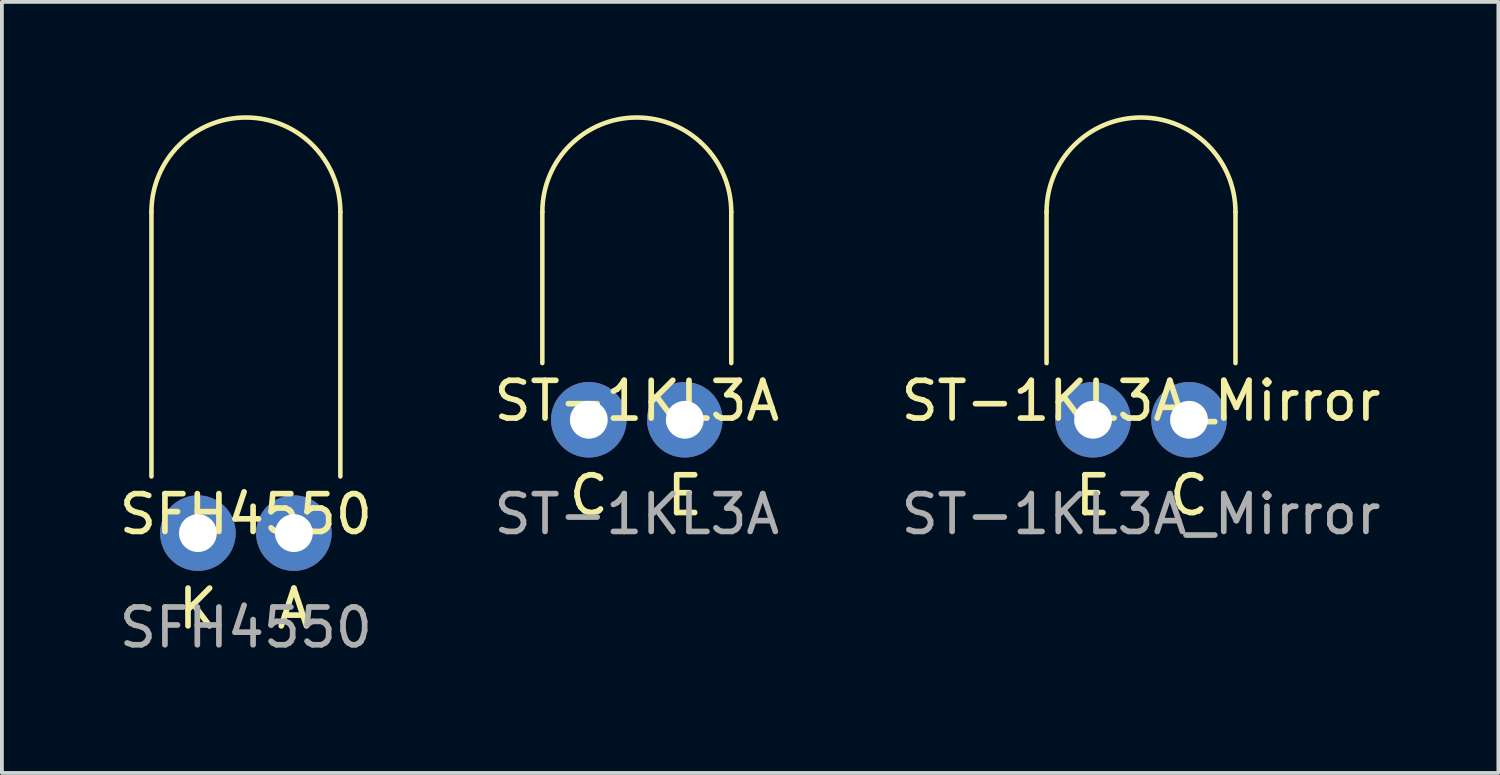
<source format=kicad_pcb>
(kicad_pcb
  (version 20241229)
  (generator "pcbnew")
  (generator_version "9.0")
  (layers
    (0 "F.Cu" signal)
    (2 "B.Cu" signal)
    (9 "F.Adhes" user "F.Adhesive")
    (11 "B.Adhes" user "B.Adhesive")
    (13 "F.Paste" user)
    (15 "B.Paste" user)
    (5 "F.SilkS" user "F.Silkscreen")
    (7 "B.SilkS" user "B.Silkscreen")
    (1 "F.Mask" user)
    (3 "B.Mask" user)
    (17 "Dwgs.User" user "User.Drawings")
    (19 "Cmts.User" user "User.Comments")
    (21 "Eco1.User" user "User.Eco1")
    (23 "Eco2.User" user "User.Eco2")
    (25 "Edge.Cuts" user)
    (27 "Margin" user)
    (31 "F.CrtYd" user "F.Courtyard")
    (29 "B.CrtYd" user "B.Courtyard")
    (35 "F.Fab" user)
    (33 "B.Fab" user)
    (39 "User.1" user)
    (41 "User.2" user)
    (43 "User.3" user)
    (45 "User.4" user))
  (footprint "SFH4550"
    (layer "F.Cu")
    (at 3.458 11.06)
    (property "Reference" "SFH4550" (at 0 -0.5 0) (unlocked yes) (layer "F.SilkS") (effects (font (size 1 1) (thickness 0.15))))
    (attr smd)
    (fp_line (start -2.5 -1.5) (end -2.5 -8.5) (stroke (width 0.12) (type default)) (layer "F.SilkS"))
    (fp_line (start 2.5 -8.5) (end 2.5 -1.5) (stroke (width 0.12) (type default)) (layer "F.SilkS"))
    (fp_arc (start -2.5 -8.5) (mid 0 -11) (end 2.5 -8.5) (stroke (width 0.12) (type default)) (layer "F.SilkS"))
    (fp_text user "K" (at -1.27 2 0) (unlocked yes) (layer "F.SilkS") (effects (font (size 1 1) (thickness 0.15))))
    (fp_text user "A" (at 1.27 2 0) (unlocked yes) (layer "F.SilkS") (effects (font (size 1 1) (thickness 0.15))))
    (fp_text user "${REFERENCE}" (at 0 2.5 0) (unlocked yes) (layer "F.Fab") (effects (font (size 1 1) (thickness 0.15))))
    (pad "1" thru_hole circle (at -1.27 0) (size 2 2) (drill 1) (layers "*.Cu" "*.Mask"))
    (pad "2" thru_hole circle (at 1.27 0) (size 2 2) (drill 1) (layers "*.Cu" "*.Mask")))
  (footprint "ST-1KL3A_Mirror"
    (layer "F.Cu")
    (at 27.149 11.06)
    (property "Reference" "ST-1KL3A_Mirror" (at 0 -3.5 0) (unlocked yes) (layer "F.SilkS") (effects (font (size 1 1) (thickness 0.15))))
    (attr smd)
    (fp_line (start -2.5 -4.5) (end -2.5 -8.5) (stroke (width 0.12) (type default)) (layer "F.SilkS"))
    (fp_line (start 2.5 -4.5) (end 2.5 -8.5) (stroke (width 0.12) (type default)) (layer "F.SilkS"))
    (fp_arc (start -2.5 -8.5) (mid 0 -11) (end 2.5 -8.5) (stroke (width 0.12) (type default)) (layer "F.SilkS"))
    (fp_text user "C" (at 1.27 -1 0) (unlocked yes) (layer "F.SilkS") (effects (font (size 1 1) (thickness 0.15))))
    (fp_text user "E" (at -1.27 -1 0) (unlocked yes) (layer "F.SilkS") (effects (font (size 1 1) (thickness 0.15))))
    (fp_text user "${REFERENCE}" (at 0 -0.5 0) (unlocked yes) (layer "F.Fab") (effects (font (size 1 1) (thickness 0.15))))
    (pad "1" thru_hole circle (at 1.27 -3) (size 2 2) (drill 1) (layers "*.Cu" "*.Mask"))
    (pad "2" thru_hole circle (at -1.27 -3) (size 2 2) (drill 1) (layers "*.Cu" "*.Mask")))
  (footprint "ST-1KL3A"
    (layer "F.Cu")
    (at 13.804 11.06)
    (property "Reference" "ST-1KL3A" (at 0 -3.5 0) (unlocked yes) (layer "F.SilkS") (effects (font (size 1 1) (thickness 0.15))))
    (attr smd)
    (fp_line (start -2.5 -4.5) (end -2.5 -8.5) (stroke (width 0.12) (type default)) (layer "F.SilkS"))
    (fp_line (start 2.5 -4.5) (end 2.5 -8.5) (stroke (width 0.12) (type default)) (layer "F.SilkS"))
    (fp_arc (start -2.5 -8.5) (mid 0 -11) (end 2.5 -8.5) (stroke (width 0.12) (type default)) (layer "F.SilkS"))
    (fp_text user "C" (at -1.27 -1 0) (unlocked yes) (layer "F.SilkS") (effects (font (size 1 1) (thickness 0.15))))
    (fp_text user "E" (at 1.27 -1 0) (unlocked yes) (layer "F.SilkS") (effects (font (size 1 1) (thickness 0.15))))
    (fp_text user "${REFERENCE}" (at 0 -0.5 0) (unlocked yes) (layer "F.Fab") (effects (font (size 1 1) (thickness 0.15))))
    (pad "1" thru_hole circle (at -1.27 -3) (size 2 2) (drill 1) (layers "*.Cu" "*.Mask"))
    (pad "2" thru_hole circle (at 1.27 -3) (size 2 2) (drill 1) (layers "*.Cu" "*.Mask")))
  (gr_rect
    (start -3 -3)
    (end 36.607 17.408)
    (stroke (width 0.1) (type default))
    (fill no)
    (layer "Edge.Cuts")))
</source>
